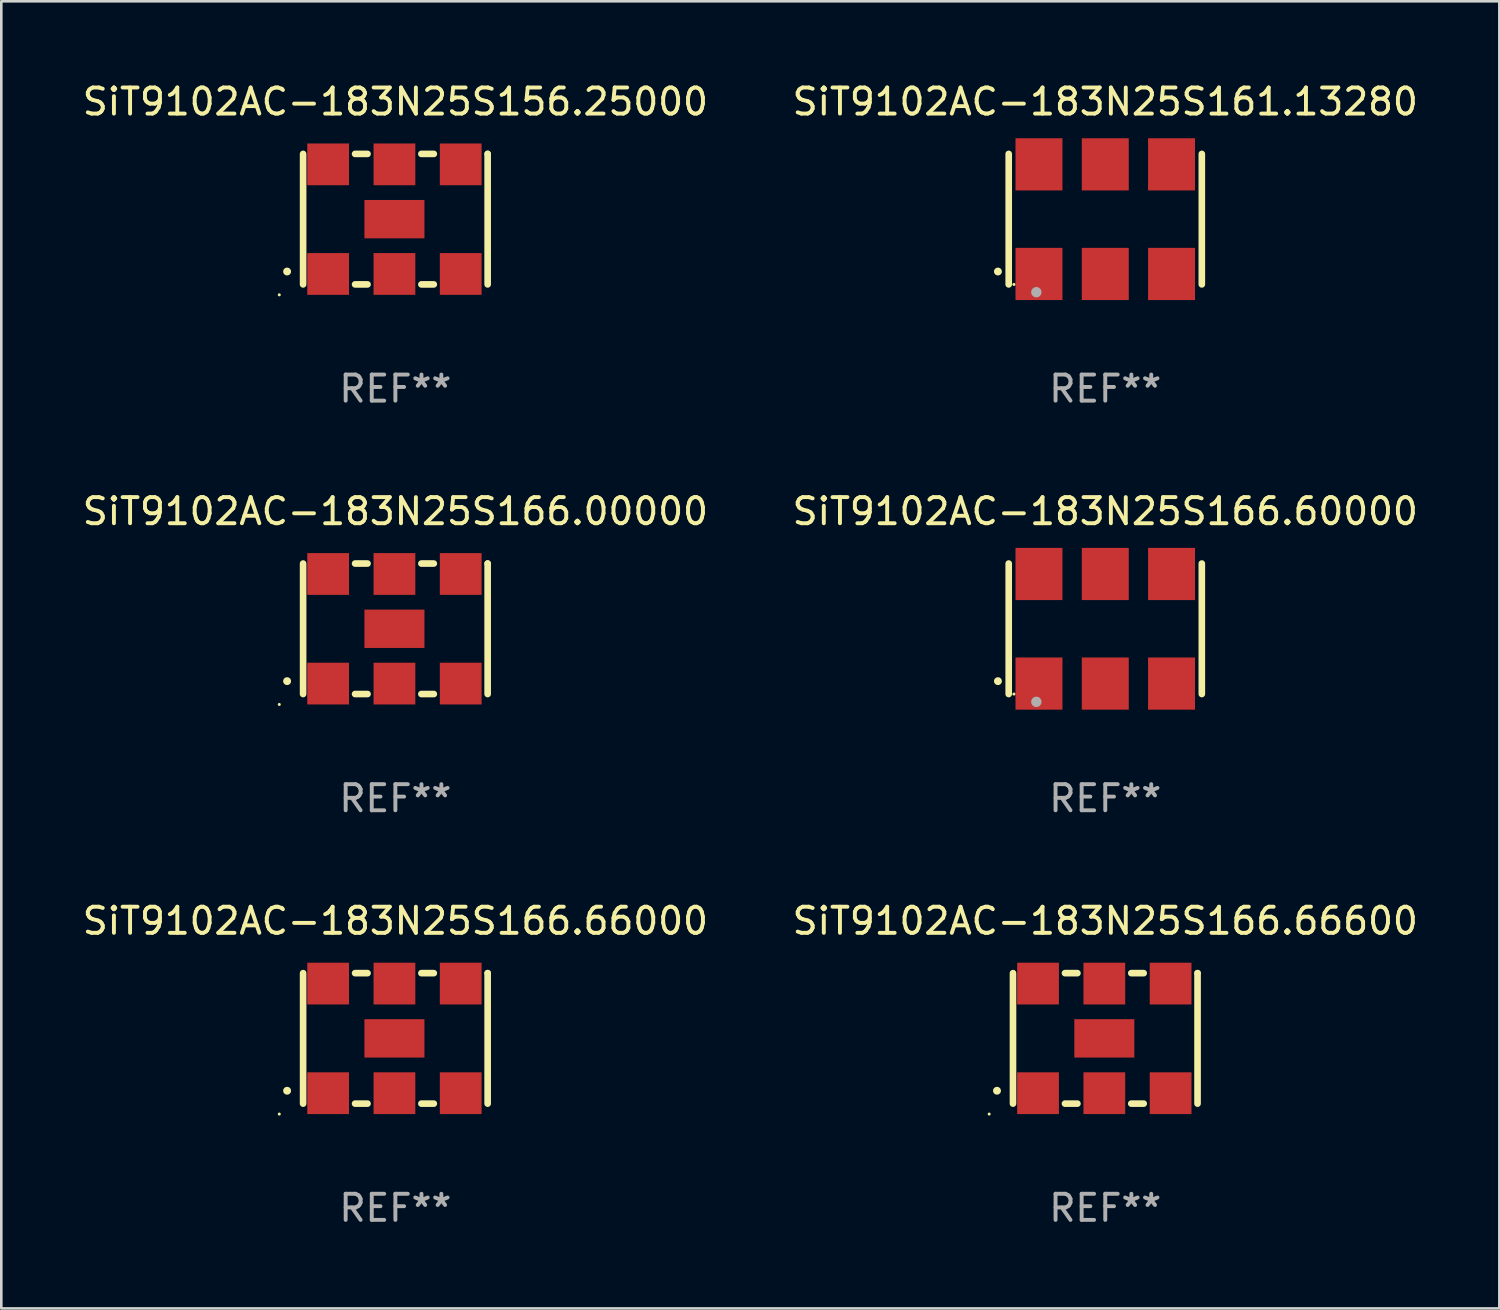
<source format=kicad_pcb>
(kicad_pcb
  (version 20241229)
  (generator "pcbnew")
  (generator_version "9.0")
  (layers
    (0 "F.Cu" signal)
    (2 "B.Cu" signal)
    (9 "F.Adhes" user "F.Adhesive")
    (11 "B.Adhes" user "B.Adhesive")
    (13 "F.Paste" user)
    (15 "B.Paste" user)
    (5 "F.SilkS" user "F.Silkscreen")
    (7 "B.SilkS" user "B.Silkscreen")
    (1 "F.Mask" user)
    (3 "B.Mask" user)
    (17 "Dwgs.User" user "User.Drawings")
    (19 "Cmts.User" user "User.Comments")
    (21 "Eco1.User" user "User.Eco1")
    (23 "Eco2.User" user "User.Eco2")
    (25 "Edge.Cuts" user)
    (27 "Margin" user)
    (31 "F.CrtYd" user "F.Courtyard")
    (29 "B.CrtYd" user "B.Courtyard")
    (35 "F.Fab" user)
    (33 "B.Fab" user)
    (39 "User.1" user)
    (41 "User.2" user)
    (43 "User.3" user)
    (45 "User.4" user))
  (footprint "SiT9102AC-183N25S166.00000"
    (layer "F.Cu")
    (at 12.101 21.045)
    (property "Reference" "SiT9102AC-183N25S166.00000" (at 0 -4.5 0) (layer "F.SilkS") (effects (font (size 1 1) (thickness 0.15))))
    (attr through_hole)
    (fp_line (start -3.536 -2.5) (end -3.536 2.5) (stroke (width 0.254) (type solid)) (layer "F.SilkS"))
    (fp_line (start -1.544 2.5) (end -1.067 2.5) (stroke (width 0.254) (type solid)) (layer "F.SilkS"))
    (fp_line (start -1.067 -2.5) (end -1.544 -2.5) (stroke (width 0.254) (type solid)) (layer "F.SilkS"))
    (fp_line (start 0.996 2.5) (end 1.473 2.5) (stroke (width 0.254) (type solid)) (layer "F.SilkS"))
    (fp_line (start 1.473 -2.5) (end 0.996 -2.5) (stroke (width 0.254) (type solid)) (layer "F.SilkS"))
    (fp_line (start 3.536 -2.5) (end 3.536 -2.5) (stroke (width 0.254) (type solid)) (layer "F.SilkS"))
    (fp_line (start 3.536 2.5) (end 3.536 -2.5) (stroke (width 0.254) (type solid)) (layer "F.SilkS"))
    (fp_arc (start -4.150432 2.006604) (mid -4.149162 2.006599) (end -4.147892 2.006604) (stroke (width 0.3) (type solid)) (layer "F.SilkS"))
    (fp_circle (center -4.449 2.9) (end -4.419 2.9) (stroke (width 0.06) (type solid)) (fill no) (layer "F.SilkS"))
    (fp_text user "REF**" (at 0 6.5 0) (layer "F.Fab") (effects (font (size 1 1) (thickness 0.15))))
    (pad "1" smd rect (at -2.576 2.1) (size 1.6 1.6) (layers "F.Cu" "F.Mask" "F.Paste"))
    (pad "2" smd rect (at -0.036 2.1) (size 1.6 1.6) (layers "F.Cu" "F.Mask" "F.Paste"))
    (pad "3" smd rect (at 2.504 2.1) (size 1.6 1.6) (layers "F.Cu" "F.Mask" "F.Paste"))
    (pad "4" smd rect (at 2.504 -2.1) (size 1.6 1.6) (layers "F.Cu" "F.Mask" "F.Paste"))
    (pad "5" smd rect (at -0.036 -2.1) (size 1.6 1.6) (layers "F.Cu" "F.Mask" "F.Paste"))
    (pad "6" smd rect (at -2.576 -2.1) (size 1.6 1.6) (layers "F.Cu" "F.Mask" "F.Paste"))
    (pad "7" smd rect (at -0.036 0) (size 2.3 1.47) (layers "F.Cu" "F.Mask" "F.Paste")))
  (footprint "SiT9102AC-183N25S166.66000"
    (layer "F.Cu")
    (at 12.101 36.741)
    (property "Reference" "SiT9102AC-183N25S166.66000" (at 0 -4.5 0) (layer "F.SilkS") (effects (font (size 1 1) (thickness 0.15))))
    (attr through_hole)
    (fp_line (start -3.536 -2.5) (end -3.536 2.5) (stroke (width 0.254) (type solid)) (layer "F.SilkS"))
    (fp_line (start -1.544 2.5) (end -1.067 2.5) (stroke (width 0.254) (type solid)) (layer "F.SilkS"))
    (fp_line (start -1.067 -2.5) (end -1.544 -2.5) (stroke (width 0.254) (type solid)) (layer "F.SilkS"))
    (fp_line (start 0.996 2.5) (end 1.473 2.5) (stroke (width 0.254) (type solid)) (layer "F.SilkS"))
    (fp_line (start 1.473 -2.5) (end 0.996 -2.5) (stroke (width 0.254) (type solid)) (layer "F.SilkS"))
    (fp_line (start 3.536 -2.5) (end 3.536 -2.5) (stroke (width 0.254) (type solid)) (layer "F.SilkS"))
    (fp_line (start 3.536 2.5) (end 3.536 -2.5) (stroke (width 0.254) (type solid)) (layer "F.SilkS"))
    (fp_arc (start -4.150432 2.006604) (mid -4.149162 2.006599) (end -4.147892 2.006604) (stroke (width 0.3) (type solid)) (layer "F.SilkS"))
    (fp_circle (center -4.449 2.9) (end -4.419 2.9) (stroke (width 0.06) (type solid)) (fill no) (layer "F.SilkS"))
    (fp_text user "REF**" (at 0 6.5 0) (layer "F.Fab") (effects (font (size 1 1) (thickness 0.15))))
    (pad "1" smd rect (at -2.576 2.1) (size 1.6 1.6) (layers "F.Cu" "F.Mask" "F.Paste"))
    (pad "2" smd rect (at -0.036 2.1) (size 1.6 1.6) (layers "F.Cu" "F.Mask" "F.Paste"))
    (pad "3" smd rect (at 2.504 2.1) (size 1.6 1.6) (layers "F.Cu" "F.Mask" "F.Paste"))
    (pad "4" smd rect (at 2.504 -2.1) (size 1.6 1.6) (layers "F.Cu" "F.Mask" "F.Paste"))
    (pad "5" smd rect (at -0.036 -2.1) (size 1.6 1.6) (layers "F.Cu" "F.Mask" "F.Paste"))
    (pad "6" smd rect (at -2.576 -2.1) (size 1.6 1.6) (layers "F.Cu" "F.Mask" "F.Paste"))
    (pad "7" smd rect (at -0.036 0) (size 2.3 1.47) (layers "F.Cu" "F.Mask" "F.Paste")))
  (footprint "SiT9102AC-183N25S156.25000"
    (layer "F.Cu")
    (at 12.101 5.348)
    (property "Reference" "SiT9102AC-183N25S156.25000" (at 0 -4.5 0) (layer "F.SilkS") (effects (font (size 1 1) (thickness 0.15))))
    (attr through_hole)
    (fp_line (start -3.536 -2.5) (end -3.536 2.5) (stroke (width 0.254) (type solid)) (layer "F.SilkS"))
    (fp_line (start -1.544 2.5) (end -1.067 2.5) (stroke (width 0.254) (type solid)) (layer "F.SilkS"))
    (fp_line (start -1.067 -2.5) (end -1.544 -2.5) (stroke (width 0.254) (type solid)) (layer "F.SilkS"))
    (fp_line (start 0.996 2.5) (end 1.473 2.5) (stroke (width 0.254) (type solid)) (layer "F.SilkS"))
    (fp_line (start 1.473 -2.5) (end 0.996 -2.5) (stroke (width 0.254) (type solid)) (layer "F.SilkS"))
    (fp_line (start 3.536 -2.5) (end 3.536 -2.5) (stroke (width 0.254) (type solid)) (layer "F.SilkS"))
    (fp_line (start 3.536 2.5) (end 3.536 -2.5) (stroke (width 0.254) (type solid)) (layer "F.SilkS"))
    (fp_arc (start -4.150432 2.006604) (mid -4.149162 2.006599) (end -4.147892 2.006604) (stroke (width 0.3) (type solid)) (layer "F.SilkS"))
    (fp_circle (center -4.449 2.9) (end -4.419 2.9) (stroke (width 0.06) (type solid)) (fill no) (layer "F.SilkS"))
    (fp_text user "REF**" (at 0 6.5 0) (layer "F.Fab") (effects (font (size 1 1) (thickness 0.15))))
    (pad "1" smd rect (at -2.576 2.1) (size 1.6 1.6) (layers "F.Cu" "F.Mask" "F.Paste"))
    (pad "2" smd rect (at -0.036 2.1) (size 1.6 1.6) (layers "F.Cu" "F.Mask" "F.Paste"))
    (pad "3" smd rect (at 2.504 2.1) (size 1.6 1.6) (layers "F.Cu" "F.Mask" "F.Paste"))
    (pad "4" smd rect (at 2.504 -2.1) (size 1.6 1.6) (layers "F.Cu" "F.Mask" "F.Paste"))
    (pad "5" smd rect (at -0.036 -2.1) (size 1.6 1.6) (layers "F.Cu" "F.Mask" "F.Paste"))
    (pad "6" smd rect (at -2.576 -2.1) (size 1.6 1.6) (layers "F.Cu" "F.Mask" "F.Paste"))
    (pad "7" smd rect (at -0.036 0) (size 2.3 1.47) (layers "F.Cu" "F.Mask" "F.Paste")))
  (footprint "SiT9102AC-183N25S161.13280"
    (layer "F.Cu")
    (at 39.304 5.348)
    (property "Reference" "SiT9102AC-183N25S161.13280" (at 0 -4.5 0) (layer "F.SilkS") (effects (font (size 1 1) (thickness 0.15))))
    (attr through_hole)
    (fp_line (start -3.7 -2.5) (end -3.7 2.5) (stroke (width 0.254) (type solid)) (layer "F.SilkS"))
    (fp_line (start 3.7 -2.5) (end 3.7 2.5) (stroke (width 0.254) (type solid)) (layer "F.SilkS"))
    (fp_arc (start -4.114415 2.006604) (mid -4.113145 2.006599) (end -4.111875 2.006604) (stroke (width 0.3) (type solid)) (layer "F.SilkS"))
    (fp_circle (center -3.5 2.501) (end -3.47 2.501) (stroke (width 0.06) (type solid)) (fill no) (layer "F.SilkS"))
    (fp_circle (center -2.641 2.799) (end -2.541 2.799) (stroke (width 0.2) (type solid)) (fill no) (layer "F.Fab"))
    (fp_text user "REF**" (at 0 6.5 0) (layer "F.Fab") (effects (font (size 1 1) (thickness 0.15))))
    (pad "1" smd rect (at -2.54 2.1) (size 1.8 2) (layers "F.Cu" "F.Mask" "F.Paste"))
    (pad "2" smd rect (at 0.000394 2.1) (size 1.8 2) (layers "F.Cu" "F.Mask" "F.Paste"))
    (pad "3" smd rect (at 2.54 2.1) (size 1.8 2) (layers "F.Cu" "F.Mask" "F.Paste"))
    (pad "4" smd rect (at 2.54 -2.1) (size 1.8 2) (layers "F.Cu" "F.Mask" "F.Paste"))
    (pad "5" smd rect (at 0.000394 -2.1) (size 1.8 2) (layers "F.Cu" "F.Mask" "F.Paste"))
    (pad "6" smd rect (at -2.54 -2.1) (size 1.8 2) (layers "F.Cu" "F.Mask" "F.Paste")))
  (footprint "SiT9102AC-183N25S166.60000"
    (layer "F.Cu")
    (at 39.304 21.045)
    (property "Reference" "SiT9102AC-183N25S166.60000" (at 0 -4.5 0) (layer "F.SilkS") (effects (font (size 1 1) (thickness 0.15))))
    (attr through_hole)
    (fp_line (start -3.7 -2.5) (end -3.7 2.5) (stroke (width 0.254) (type solid)) (layer "F.SilkS"))
    (fp_line (start 3.7 -2.5) (end 3.7 2.5) (stroke (width 0.254) (type solid)) (layer "F.SilkS"))
    (fp_arc (start -4.114415 2.006604) (mid -4.113145 2.006599) (end -4.111875 2.006604) (stroke (width 0.3) (type solid)) (layer "F.SilkS"))
    (fp_circle (center -3.5 2.501) (end -3.47 2.501) (stroke (width 0.06) (type solid)) (fill no) (layer "F.SilkS"))
    (fp_circle (center -2.641 2.799) (end -2.541 2.799) (stroke (width 0.2) (type solid)) (fill no) (layer "F.Fab"))
    (fp_text user "REF**" (at 0 6.5 0) (layer "F.Fab") (effects (font (size 1 1) (thickness 0.15))))
    (pad "1" smd rect (at -2.54 2.1) (size 1.8 2) (layers "F.Cu" "F.Mask" "F.Paste"))
    (pad "2" smd rect (at 0.000394 2.1) (size 1.8 2) (layers "F.Cu" "F.Mask" "F.Paste"))
    (pad "3" smd rect (at 2.54 2.1) (size 1.8 2) (layers "F.Cu" "F.Mask" "F.Paste"))
    (pad "4" smd rect (at 2.54 -2.1) (size 1.8 2) (layers "F.Cu" "F.Mask" "F.Paste"))
    (pad "5" smd rect (at 0.000394 -2.1) (size 1.8 2) (layers "F.Cu" "F.Mask" "F.Paste"))
    (pad "6" smd rect (at -2.54 -2.1) (size 1.8 2) (layers "F.Cu" "F.Mask" "F.Paste")))
  (footprint "SiT9102AC-183N25S166.66600"
    (layer "F.Cu")
    (at 39.304 36.741)
    (property "Reference" "SiT9102AC-183N25S166.66600" (at 0 -4.5 0) (layer "F.SilkS") (effects (font (size 1 1) (thickness 0.15))))
    (attr through_hole)
    (fp_line (start -3.536 -2.5) (end -3.536 2.5) (stroke (width 0.254) (type solid)) (layer "F.SilkS"))
    (fp_line (start -1.544 2.5) (end -1.067 2.5) (stroke (width 0.254) (type solid)) (layer "F.SilkS"))
    (fp_line (start -1.067 -2.5) (end -1.544 -2.5) (stroke (width 0.254) (type solid)) (layer "F.SilkS"))
    (fp_line (start 0.996 2.5) (end 1.473 2.5) (stroke (width 0.254) (type solid)) (layer "F.SilkS"))
    (fp_line (start 1.473 -2.5) (end 0.996 -2.5) (stroke (width 0.254) (type solid)) (layer "F.SilkS"))
    (fp_line (start 3.536 -2.5) (end 3.536 -2.5) (stroke (width 0.254) (type solid)) (layer "F.SilkS"))
    (fp_line (start 3.536 2.5) (end 3.536 -2.5) (stroke (width 0.254) (type solid)) (layer "F.SilkS"))
    (fp_arc (start -4.150432 2.006604) (mid -4.149162 2.006599) (end -4.147892 2.006604) (stroke (width 0.3) (type solid)) (layer "F.SilkS"))
    (fp_circle (center -4.449 2.9) (end -4.419 2.9) (stroke (width 0.06) (type solid)) (fill no) (layer "F.SilkS"))
    (fp_text user "REF**" (at 0 6.5 0) (layer "F.Fab") (effects (font (size 1 1) (thickness 0.15))))
    (pad "1" smd rect (at -2.576 2.1) (size 1.6 1.6) (layers "F.Cu" "F.Mask" "F.Paste"))
    (pad "2" smd rect (at -0.036 2.1) (size 1.6 1.6) (layers "F.Cu" "F.Mask" "F.Paste"))
    (pad "3" smd rect (at 2.504 2.1) (size 1.6 1.6) (layers "F.Cu" "F.Mask" "F.Paste"))
    (pad "4" smd rect (at 2.504 -2.1) (size 1.6 1.6) (layers "F.Cu" "F.Mask" "F.Paste"))
    (pad "5" smd rect (at -0.036 -2.1) (size 1.6 1.6) (layers "F.Cu" "F.Mask" "F.Paste"))
    (pad "6" smd rect (at -2.576 -2.1) (size 1.6 1.6) (layers "F.Cu" "F.Mask" "F.Paste"))
    (pad "7" smd rect (at -0.036 0) (size 2.3 1.47) (layers "F.Cu" "F.Mask" "F.Paste")))
  (gr_rect
    (start -3 -3)
    (end 54.405 47.09)
    (stroke (width 0.1) (type default))
    (fill no)
    (layer "Edge.Cuts")))
</source>
